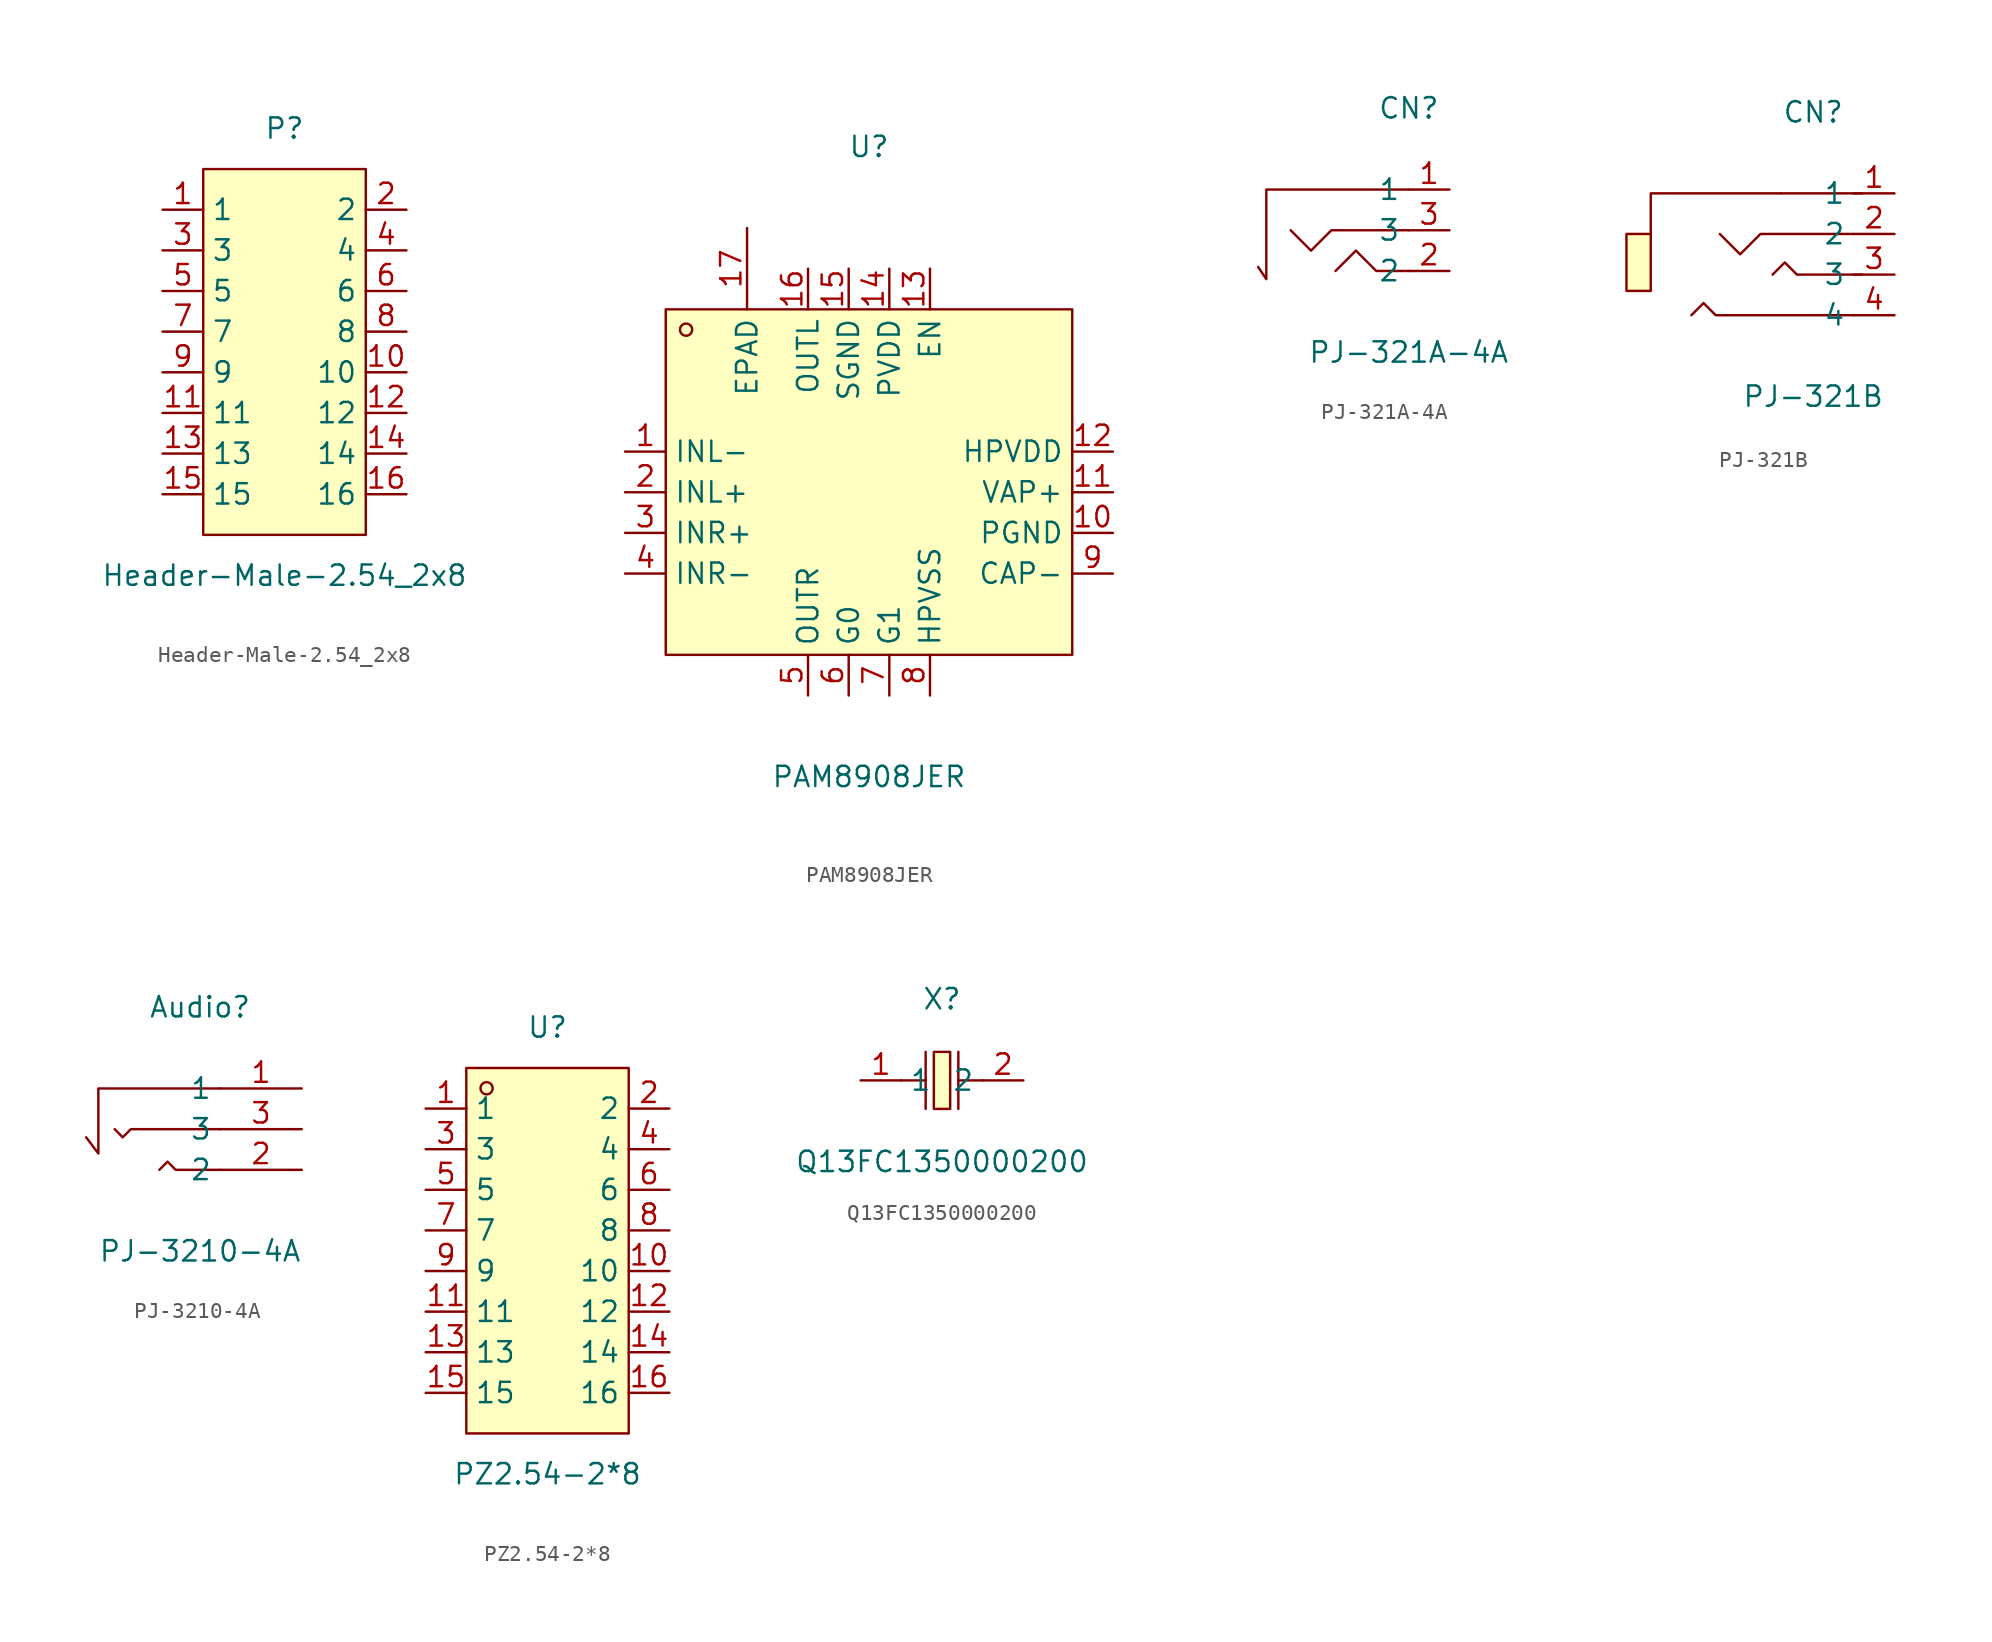
<source format=kicad_sym>
(kicad_symbol_lib
  (version 20211014)
  (generator https://github.com/uPesy/easyeda2kicad.py)
  (symbol "Header-Male-2.54_2x8"
    (property "Reference" "P"
      (at 0 13.97 0)
      (effects (font (size 1.27 1.27))))
    (property "Value" "Header-Male-2.54_2x8"
      (at 0 -13.97 0)
      (effects (font (size 1.27 1.27))))
    (symbol "Header-Male-2.54_2x8_0_1"
      (rectangle (start -5.08 11.43) (end 5.08 -11.43) (stroke (width 0) (type default) (color 0 0 0 0)) (fill (type background)))
      (pin input line (at -7.62 8.89 0) (length 2.54) (name "1" (effects (font (size 1.27 1.27)))) (number "1" (effects (font (size 1.27 1.27)))))
      (pin input line (at 7.62 8.89 180) (length 2.54) (name "2" (effects (font (size 1.27 1.27)))) (number "2" (effects (font (size 1.27 1.27)))))
      (pin input line (at -7.62 6.35 0) (length 2.54) (name "3" (effects (font (size 1.27 1.27)))) (number "3" (effects (font (size 1.27 1.27)))))
      (pin input line (at 7.62 6.35 180) (length 2.54) (name "4" (effects (font (size 1.27 1.27)))) (number "4" (effects (font (size 1.27 1.27)))))
      (pin input line (at -7.62 3.81 0) (length 2.54) (name "5" (effects (font (size 1.27 1.27)))) (number "5" (effects (font (size 1.27 1.27)))))
      (pin input line (at 7.62 3.81 180) (length 2.54) (name "6" (effects (font (size 1.27 1.27)))) (number "6" (effects (font (size 1.27 1.27)))))
      (pin input line (at -7.62 1.27 0) (length 2.54) (name "7" (effects (font (size 1.27 1.27)))) (number "7" (effects (font (size 1.27 1.27)))))
      (pin input line (at 7.62 1.27 180) (length 2.54) (name "8" (effects (font (size 1.27 1.27)))) (number "8" (effects (font (size 1.27 1.27)))))
      (pin input line (at -7.62 -1.27 0) (length 2.54) (name "9" (effects (font (size 1.27 1.27)))) (number "9" (effects (font (size 1.27 1.27)))))
      (pin input line (at 7.62 -1.27 180) (length 2.54) (name "10" (effects (font (size 1.27 1.27)))) (number "10" (effects (font (size 1.27 1.27)))))
      (pin input line (at -7.62 -3.81 0) (length 2.54) (name "11" (effects (font (size 1.27 1.27)))) (number "11" (effects (font (size 1.27 1.27)))))
      (pin input line (at 7.62 -3.81 180) (length 2.54) (name "12" (effects (font (size 1.27 1.27)))) (number "12" (effects (font (size 1.27 1.27)))))
      (pin input line (at -7.62 -6.35 0) (length 2.54) (name "13" (effects (font (size 1.27 1.27)))) (number "13" (effects (font (size 1.27 1.27)))))
      (pin input line (at 7.62 -6.35 180) (length 2.54) (name "14" (effects (font (size 1.27 1.27)))) (number "14" (effects (font (size 1.27 1.27)))))
      (pin input line (at -7.62 -8.89 0) (length 2.54) (name "15" (effects (font (size 1.27 1.27)))) (number "15" (effects (font (size 1.27 1.27)))))
      (pin input line (at 7.62 -8.89 180) (length 2.54) (name "16" (effects (font (size 1.27 1.27)))) (number "16" (effects (font (size 1.27 1.27)))))))
  (symbol "PAM8908JER"
    (property "Reference" "U"
      (at 0 20.32 0)
      (effects (font (size 1.27 1.27))))
    (property "Value" "PAM8908JER"
      (at 0 -19.05 0)
      (effects (font (size 1.27 1.27))))
    (symbol "PAM8908JER_0_1"
      (rectangle (start -12.70 10.16) (end 12.70 -11.43) (stroke (width 0) (type default) (color 0 0 0 0)) (fill (type background)))
      (circle (center -11.43 8.89) (radius 0.38) (stroke (width 0) (type default) (color 0 0 0 0)) (fill (type none)))
      (pin unspecified line (at -15.24 1.27 0) (length 2.54) (name "INL-" (effects (font (size 1.27 1.27)))) (number "1" (effects (font (size 1.27 1.27)))))
      (pin unspecified line (at -15.24 -1.27 0) (length 2.54) (name "INL+" (effects (font (size 1.27 1.27)))) (number "2" (effects (font (size 1.27 1.27)))))
      (pin unspecified line (at -15.24 -3.81 0) (length 2.54) (name "INR+" (effects (font (size 1.27 1.27)))) (number "3" (effects (font (size 1.27 1.27)))))
      (pin unspecified line (at -15.24 -6.35 0) (length 2.54) (name "INR-" (effects (font (size 1.27 1.27)))) (number "4" (effects (font (size 1.27 1.27)))))
      (pin unspecified line (at -3.81 -13.97 90) (length 2.54) (name "OUTR" (effects (font (size 1.27 1.27)))) (number "5" (effects (font (size 1.27 1.27)))))
      (pin unspecified line (at -1.27 -13.97 90) (length 2.54) (name "G0" (effects (font (size 1.27 1.27)))) (number "6" (effects (font (size 1.27 1.27)))))
      (pin unspecified line (at 1.27 -13.97 90) (length 2.54) (name "G1" (effects (font (size 1.27 1.27)))) (number "7" (effects (font (size 1.27 1.27)))))
      (pin unspecified line (at 3.81 -13.97 90) (length 2.54) (name "HPVSS" (effects (font (size 1.27 1.27)))) (number "8" (effects (font (size 1.27 1.27)))))
      (pin unspecified line (at 15.24 -6.35 180) (length 2.54) (name "CAP-" (effects (font (size 1.27 1.27)))) (number "9" (effects (font (size 1.27 1.27)))))
      (pin unspecified line (at 15.24 -3.81 180) (length 2.54) (name "PGND" (effects (font (size 1.27 1.27)))) (number "10" (effects (font (size 1.27 1.27)))))
      (pin unspecified line (at 15.24 -1.27 180) (length 2.54) (name "VAP+" (effects (font (size 1.27 1.27)))) (number "11" (effects (font (size 1.27 1.27)))))
      (pin unspecified line (at 15.24 1.27 180) (length 2.54) (name "HPVDD" (effects (font (size 1.27 1.27)))) (number "12" (effects (font (size 1.27 1.27)))))
      (pin unspecified line (at 3.81 12.70 270) (length 2.54) (name "EN" (effects (font (size 1.27 1.27)))) (number "13" (effects (font (size 1.27 1.27)))))
      (pin unspecified line (at 1.27 12.70 270) (length 2.54) (name "PVDD" (effects (font (size 1.27 1.27)))) (number "14" (effects (font (size 1.27 1.27)))))
      (pin unspecified line (at -1.27 12.70 270) (length 2.54) (name "SGND" (effects (font (size 1.27 1.27)))) (number "15" (effects (font (size 1.27 1.27)))))
      (pin unspecified line (at -3.81 12.70 270) (length 2.54) (name "OUTL" (effects (font (size 1.27 1.27)))) (number "16" (effects (font (size 1.27 1.27)))))
      (pin unspecified line (at -7.62 15.24 270) (length 5.08) (name "EPAD" (effects (font (size 1.27 1.27)))) (number "17" (effects (font (size 1.27 1.27)))))))
  (symbol "PJ-321A-4A"
    (property "Reference" "CN"
      (at 0 7.62 0)
      (effects (font (size 1.27 1.27))))
    (property "Value" "PJ-321A-4A"
      (at 0 -7.62 0)
      (effects (font (size 1.27 1.27))))
    (symbol "PJ-321A-4A_0_1"
      (polyline (pts (xy 0.00 -0.00) (xy -4.83 -0.00) (xy -6.10 -1.27) (xy -7.37 -0.00)) (stroke (width 0) (type default) (color 0 0 0 0)) (fill (type none)))
      (polyline (pts (xy 0.00 -2.54) (xy -2.03 -2.54) (xy -3.30 -1.27) (xy -4.57 -2.54)) (stroke (width 0) (type default) (color 0 0 0 0)) (fill (type none)))
      (polyline (pts (xy 0.00 2.54) (xy -8.89 2.54) (xy -8.89 -3.05) (xy -9.40 -2.29)) (stroke (width 0) (type default) (color 0 0 0 0)) (fill (type none)))
      (pin input line (at 2.54 -0.00 180) (length 2.54) (name "3" (effects (font (size 1.27 1.27)))) (number "3" (effects (font (size 1.27 1.27)))))
      (pin input line (at 2.54 -2.54 180) (length 2.54) (name "2" (effects (font (size 1.27 1.27)))) (number "2" (effects (font (size 1.27 1.27)))))
      (pin input line (at 2.54 2.54 180) (length 2.54) (name "1" (effects (font (size 1.27 1.27)))) (number "1" (effects (font (size 1.27 1.27)))))))
  (symbol "PJ-321B"
    (property "Reference" "CN"
      (at 0 7.62 0)
      (effects (font (size 1.27 1.27))))
    (property "Value" "PJ-321B"
      (at 0 -10.16 0)
      (effects (font (size 1.27 1.27))))
    (symbol "PJ-321B_0_1"
      (rectangle (start -11.68 -0.00) (end -10.16 -3.56) (stroke (width 0) (type default) (color 0 0 0 0)) (fill (type background)))
      (polyline (pts (xy -2.03 2.54) (xy -10.16 2.54) (xy -10.16 -0.00) (xy -10.16 -0.00)) (stroke (width 0) (type default) (color 0 0 0 0)) (fill (type none)))
      (polyline (pts (xy 2.54 -0.00) (xy -3.30 -0.00) (xy -4.57 -1.27) (xy -5.84 -0.00)) (stroke (width 0) (type default) (color 0 0 0 0)) (fill (type none)))
      (polyline (pts (xy 3.05 2.54) (xy -2.03 2.54)) (stroke (width 0) (type default) (color 0 0 0 0)) (fill (type none)))
      (polyline (pts (xy 3.05 -2.54) (xy -1.02 -2.54) (xy -1.78 -1.78) (xy -2.54 -2.54)) (stroke (width 0) (type default) (color 0 0 0 0)) (fill (type none)))
      (polyline (pts (xy 2.54 -5.08) (xy -6.10 -5.08) (xy -6.86 -4.32) (xy -7.62 -5.08)) (stroke (width 0) (type default) (color 0 0 0 0)) (fill (type none)))
      (pin unspecified line (at 5.08 -5.08 180) (length 2.54) (name "4" (effects (font (size 1.27 1.27)))) (number "4" (effects (font (size 1.27 1.27)))))
      (pin unspecified line (at 5.08 -2.54 180) (length 2.54) (name "3" (effects (font (size 1.27 1.27)))) (number "3" (effects (font (size 1.27 1.27)))))
      (pin unspecified line (at 5.08 -0.00 180) (length 2.54) (name "2" (effects (font (size 1.27 1.27)))) (number "2" (effects (font (size 1.27 1.27)))))
      (pin unspecified line (at 5.08 2.54 180) (length 2.54) (name "1" (effects (font (size 1.27 1.27)))) (number "1" (effects (font (size 1.27 1.27)))))))
  (symbol "PJ-3210-4A"
    (property "Reference" "Audio"
      (at 0 6.35 0)
      (effects (font (size 1.27 1.27))))
    (property "Value" "PJ-3210-4A"
      (at 0 -8.89 0)
      (effects (font (size 1.27 1.27))))
    (symbol "PJ-3210-4A_0_1"
      (polyline (pts (xy 1.27 1.27) (xy -6.35 1.27) (xy -6.35 -2.79) (xy -7.11 -1.78)) (stroke (width 0) (type default) (color 0 0 0 0)) (fill (type none)))
      (polyline (pts (xy 1.27 -1.27) (xy -4.32 -1.27) (xy -4.83 -1.78) (xy -5.33 -1.27) (xy -5.33 -1.27)) (stroke (width 0) (type default) (color 0 0 0 0)) (fill (type none)))
      (polyline (pts (xy 1.27 -3.81) (xy -1.52 -3.81) (xy -2.03 -3.30) (xy -2.54 -3.81)) (stroke (width 0) (type default) (color 0 0 0 0)) (fill (type none)))
      (pin unspecified line (at 6.35 1.27 180) (length 5.08) (name "1" (effects (font (size 1.27 1.27)))) (number "1" (effects (font (size 1.27 1.27)))))
      (pin unspecified line (at 6.35 -3.81 180) (length 5.08) (name "2" (effects (font (size 1.27 1.27)))) (number "2" (effects (font (size 1.27 1.27)))))
      (pin unspecified line (at 6.35 -1.27 180) (length 5.08) (name "3" (effects (font (size 1.27 1.27)))) (number "3" (effects (font (size 1.27 1.27)))))))
  (symbol "PZ2.54-2*8"
    (property "Reference" "U"
      (at 0 13.97 0)
      (effects (font (size 1.27 1.27))))
    (property "Value" "PZ2.54-2*8"
      (at 0 -13.97 0)
      (effects (font (size 1.27 1.27))))
    (symbol "PZ2.54-2*8_0_1"
      (rectangle (start -5.08 11.43) (end 5.08 -11.43) (stroke (width 0) (type default) (color 0 0 0 0)) (fill (type background)))
      (circle (center -3.81 10.16) (radius 0.38) (stroke (width 0) (type default) (color 0 0 0 0)) (fill (type none)))
      (pin unspecified line (at -7.62 8.89 0) (length 2.54) (name "1" (effects (font (size 1.27 1.27)))) (number "1" (effects (font (size 1.27 1.27)))))
      (pin unspecified line (at 7.62 -8.89 180) (length 2.54) (name "16" (effects (font (size 1.27 1.27)))) (number "16" (effects (font (size 1.27 1.27)))))
      (pin unspecified line (at -7.62 6.35 0) (length 2.54) (name "3" (effects (font (size 1.27 1.27)))) (number "3" (effects (font (size 1.27 1.27)))))
      (pin unspecified line (at 7.62 -6.35 180) (length 2.54) (name "14" (effects (font (size 1.27 1.27)))) (number "14" (effects (font (size 1.27 1.27)))))
      (pin unspecified line (at -7.62 3.81 0) (length 2.54) (name "5" (effects (font (size 1.27 1.27)))) (number "5" (effects (font (size 1.27 1.27)))))
      (pin unspecified line (at 7.62 -3.81 180) (length 2.54) (name "12" (effects (font (size 1.27 1.27)))) (number "12" (effects (font (size 1.27 1.27)))))
      (pin unspecified line (at -7.62 1.27 0) (length 2.54) (name "7" (effects (font (size 1.27 1.27)))) (number "7" (effects (font (size 1.27 1.27)))))
      (pin unspecified line (at 7.62 -1.27 180) (length 2.54) (name "10" (effects (font (size 1.27 1.27)))) (number "10" (effects (font (size 1.27 1.27)))))
      (pin unspecified line (at -7.62 -1.27 0) (length 2.54) (name "9" (effects (font (size 1.27 1.27)))) (number "9" (effects (font (size 1.27 1.27)))))
      (pin unspecified line (at 7.62 1.27 180) (length 2.54) (name "8" (effects (font (size 1.27 1.27)))) (number "8" (effects (font (size 1.27 1.27)))))
      (pin unspecified line (at -7.62 -3.81 0) (length 2.54) (name "11" (effects (font (size 1.27 1.27)))) (number "11" (effects (font (size 1.27 1.27)))))
      (pin unspecified line (at 7.62 3.81 180) (length 2.54) (name "6" (effects (font (size 1.27 1.27)))) (number "6" (effects (font (size 1.27 1.27)))))
      (pin unspecified line (at -7.62 -6.35 0) (length 2.54) (name "13" (effects (font (size 1.27 1.27)))) (number "13" (effects (font (size 1.27 1.27)))))
      (pin unspecified line (at 7.62 6.35 180) (length 2.54) (name "4" (effects (font (size 1.27 1.27)))) (number "4" (effects (font (size 1.27 1.27)))))
      (pin unspecified line (at -7.62 -8.89 0) (length 2.54) (name "15" (effects (font (size 1.27 1.27)))) (number "15" (effects (font (size 1.27 1.27)))))
      (pin unspecified line (at 7.62 8.89 180) (length 2.54) (name "2" (effects (font (size 1.27 1.27)))) (number "2" (effects (font (size 1.27 1.27)))))))
  (symbol "Q13FC1350000200"
    (property "Reference" "X"
      (at 0 5.08 0)
      (effects (font (size 1.27 1.27))))
    (property "Value" "Q13FC1350000200"
      (at 0 -5.08 0)
      (effects (font (size 1.27 1.27))))
    (symbol "Q13FC1350000200_0_1"
      (rectangle (start -0.51 1.78) (end 0.51 -1.78) (stroke (width 0) (type default) (color 0 0 0 0)) (fill (type background)))
      (polyline (pts (xy 1.02 -0.00) (xy 2.54 -0.00)) (stroke (width 0) (type default) (color 0 0 0 0)) (fill (type none)))
      (polyline (pts (xy -2.54 -0.00) (xy -1.02 -0.00)) (stroke (width 0) (type default) (color 0 0 0 0)) (fill (type none)))
      (polyline (pts (xy 1.02 1.78) (xy 1.02 -1.78)) (stroke (width 0) (type default) (color 0 0 0 0)) (fill (type none)))
      (polyline (pts (xy -1.02 1.78) (xy -1.02 -1.78)) (stroke (width 0) (type default) (color 0 0 0 0)) (fill (type none)))
      (pin unspecified line (at 5.08 -0.00 180) (length 2.54) (name "2" (effects (font (size 1.27 1.27)))) (number "2" (effects (font (size 1.27 1.27)))))
      (pin unspecified line (at -5.08 -0.00 0) (length 2.54) (name "1" (effects (font (size 1.27 1.27)))) (number "1" (effects (font (size 1.27 1.27))))))))
</source>
